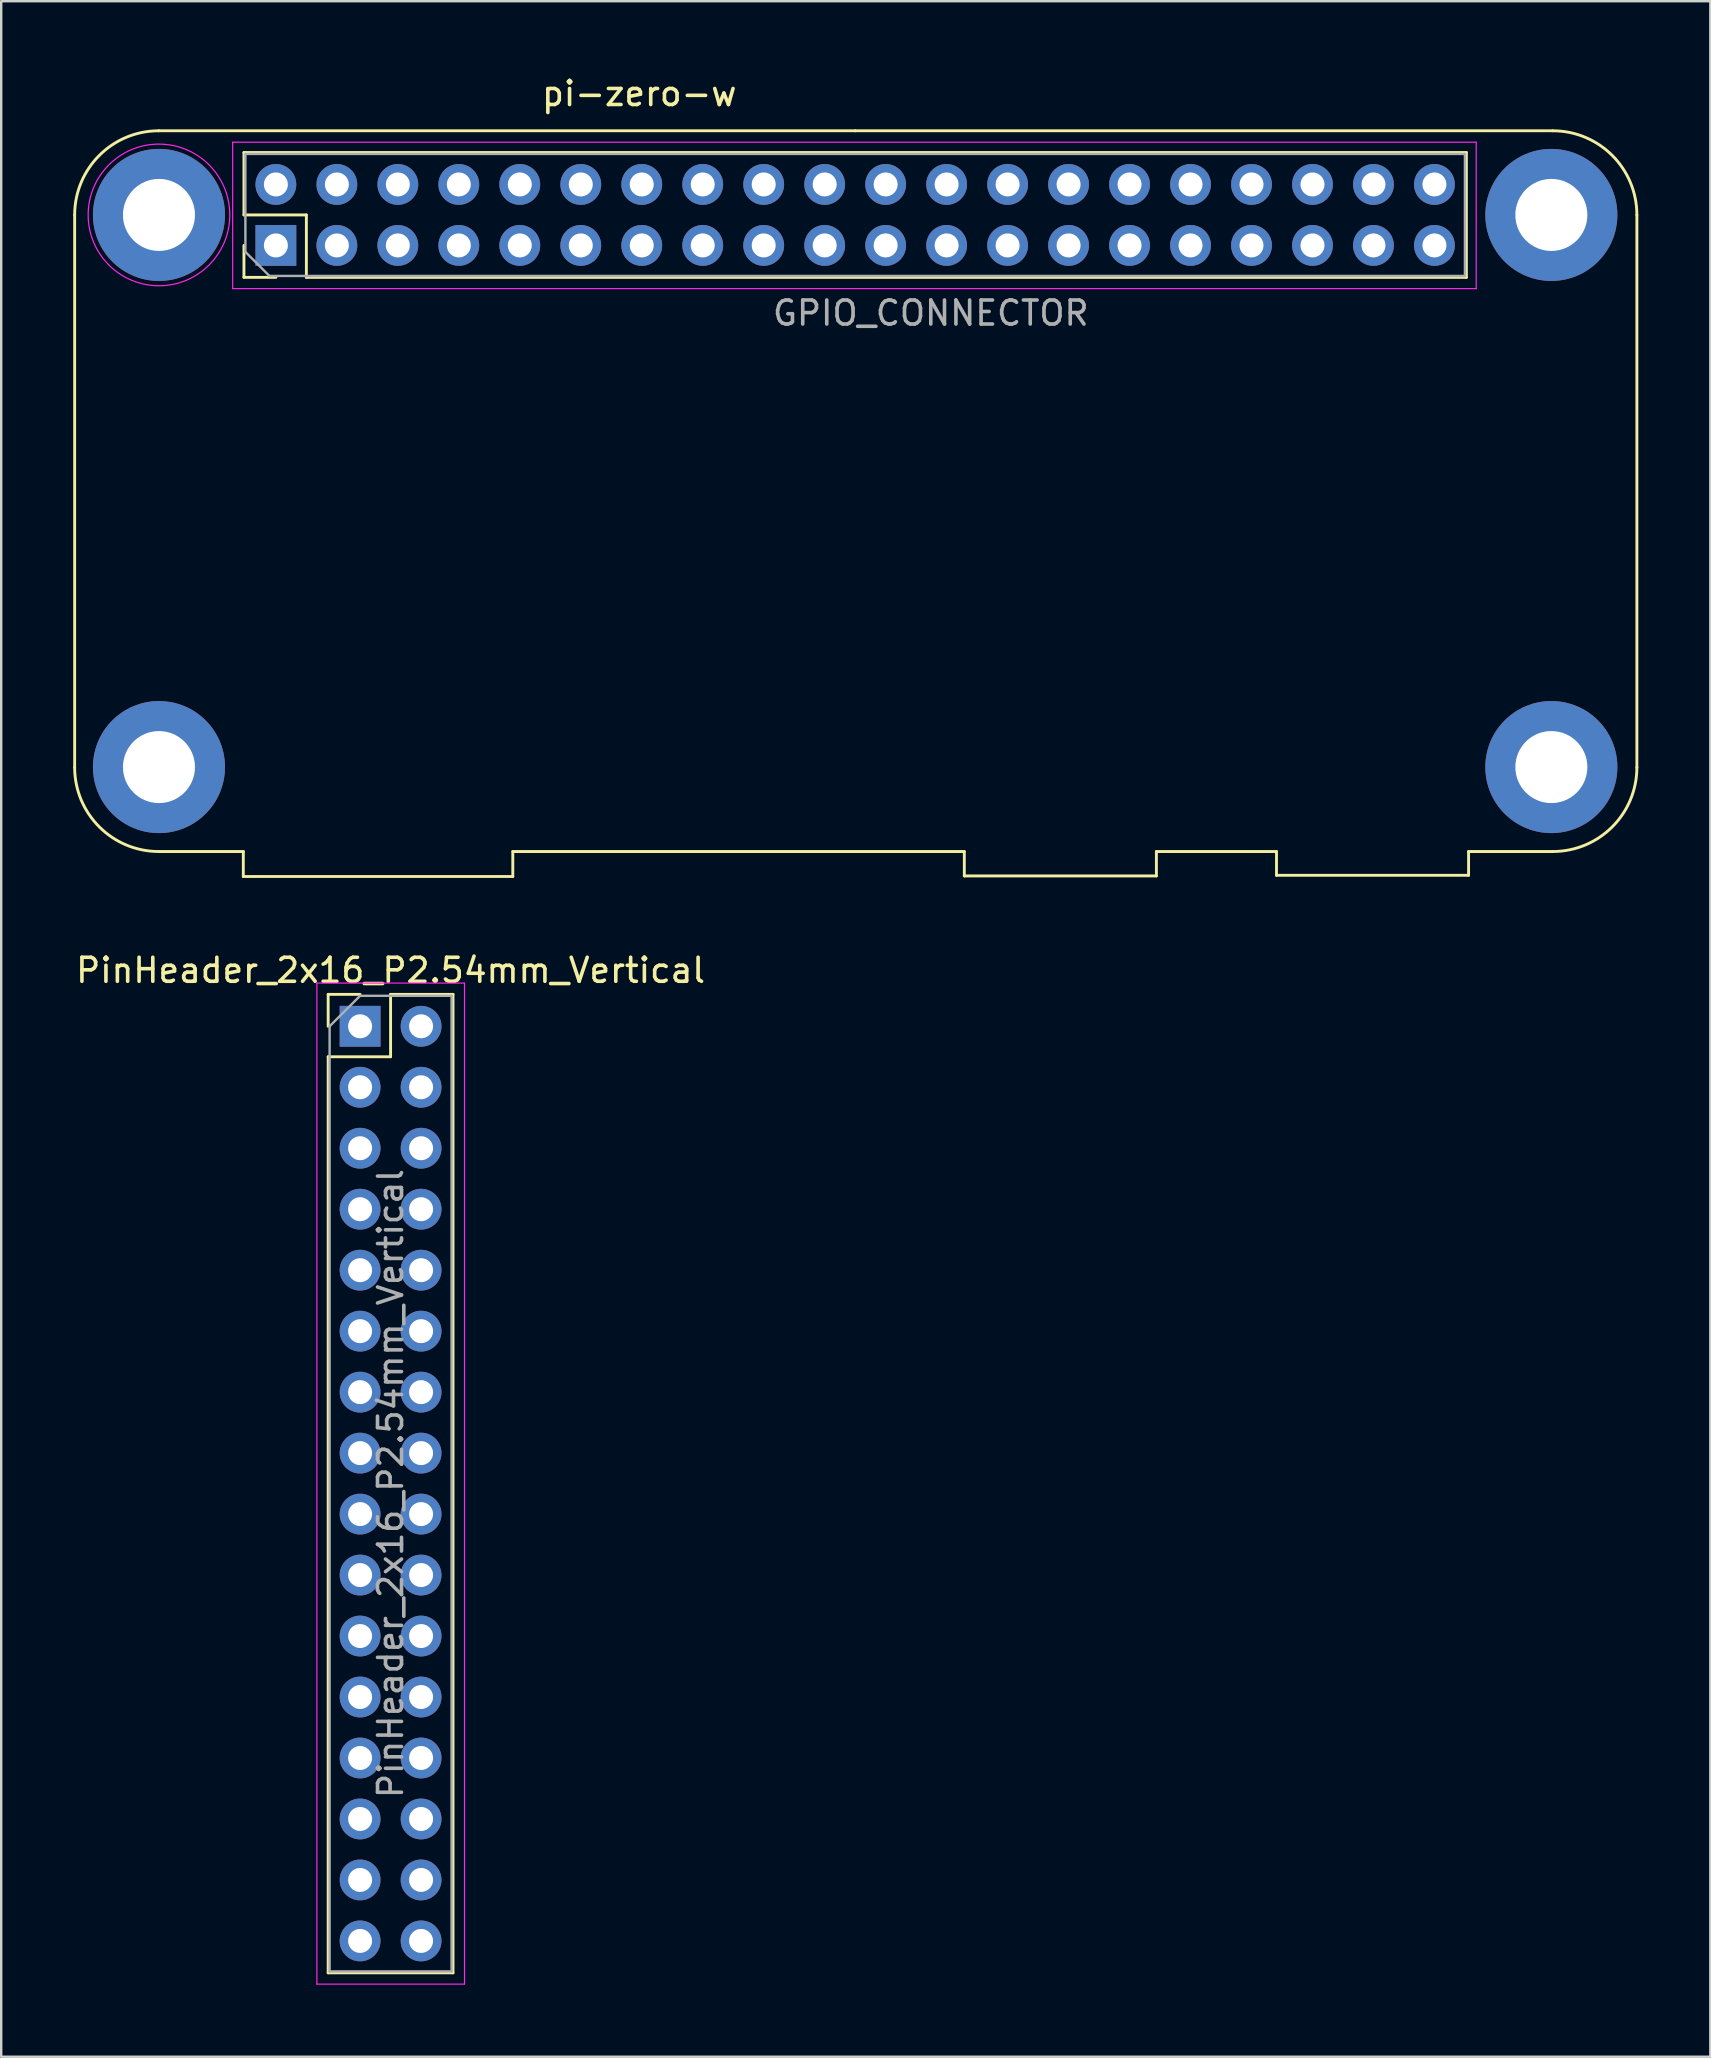
<source format=kicad_pcb>
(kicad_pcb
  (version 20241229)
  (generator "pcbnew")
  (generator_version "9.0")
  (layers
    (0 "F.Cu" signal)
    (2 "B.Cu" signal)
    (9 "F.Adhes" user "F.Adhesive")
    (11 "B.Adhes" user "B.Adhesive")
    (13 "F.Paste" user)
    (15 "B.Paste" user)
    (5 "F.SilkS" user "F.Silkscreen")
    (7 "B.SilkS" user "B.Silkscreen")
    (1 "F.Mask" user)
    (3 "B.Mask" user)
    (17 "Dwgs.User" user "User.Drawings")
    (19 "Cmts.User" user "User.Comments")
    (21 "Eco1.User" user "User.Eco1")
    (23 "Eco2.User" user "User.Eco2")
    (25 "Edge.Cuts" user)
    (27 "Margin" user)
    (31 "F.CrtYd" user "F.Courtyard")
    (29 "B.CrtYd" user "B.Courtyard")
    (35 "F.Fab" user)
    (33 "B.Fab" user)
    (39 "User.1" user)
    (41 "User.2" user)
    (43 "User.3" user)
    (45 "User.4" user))
  (footprint "PinHeader_2x16_P2.54mm_Vertical"
    (layer "F.Cu")
    (at 11.95 39.7)
    (property "Reference" "PinHeader_2x16_P2.54mm_Vertical" (at 1.27 -2.33 0) (layer "F.SilkS") (effects (font (size 1 1) (thickness 0.15))))
    (attr through_hole)
    (fp_line (start -1.33 -1.33) (end 0 -1.33) (stroke (width 0.12) (type solid)) (layer "F.SilkS"))
    (fp_line (start -1.33 0) (end -1.33 -1.33) (stroke (width 0.12) (type solid)) (layer "F.SilkS"))
    (fp_line (start -1.33 1.27) (end -1.33 39.43) (stroke (width 0.12) (type solid)) (layer "F.SilkS"))
    (fp_line (start -1.33 1.27) (end 1.27 1.27) (stroke (width 0.12) (type solid)) (layer "F.SilkS"))
    (fp_line (start -1.33 39.43) (end 3.87 39.43) (stroke (width 0.12) (type solid)) (layer "F.SilkS"))
    (fp_line (start 1.27 -1.33) (end 3.87 -1.33) (stroke (width 0.12) (type solid)) (layer "F.SilkS"))
    (fp_line (start 1.27 1.27) (end 1.27 -1.33) (stroke (width 0.12) (type solid)) (layer "F.SilkS"))
    (fp_line (start 3.87 -1.33) (end 3.87 39.43) (stroke (width 0.12) (type solid)) (layer "F.SilkS"))
    (fp_line (start -1.8 -1.8) (end -1.8 39.9) (stroke (width 0.05) (type solid)) (layer "F.CrtYd"))
    (fp_line (start -1.8 39.9) (end 4.35 39.9) (stroke (width 0.05) (type solid)) (layer "F.CrtYd"))
    (fp_line (start 4.35 -1.8) (end -1.8 -1.8) (stroke (width 0.05) (type solid)) (layer "F.CrtYd"))
    (fp_line (start 4.35 39.9) (end 4.35 -1.8) (stroke (width 0.05) (type solid)) (layer "F.CrtYd"))
    (fp_line (start -1.27 0) (end 0 -1.27) (stroke (width 0.1) (type solid)) (layer "F.Fab"))
    (fp_line (start -1.27 39.37) (end -1.27 0) (stroke (width 0.1) (type solid)) (layer "F.Fab"))
    (fp_line (start 0 -1.27) (end 3.81 -1.27) (stroke (width 0.1) (type solid)) (layer "F.Fab"))
    (fp_line (start 3.81 -1.27) (end 3.81 39.37) (stroke (width 0.1) (type solid)) (layer "F.Fab"))
    (fp_line (start 3.81 39.37) (end -1.27 39.37) (stroke (width 0.1) (type solid)) (layer "F.Fab"))
    (fp_text user "${REFERENCE}" (at 1.27 19.05 90) (layer "F.Fab") (effects (font (size 1 1) (thickness 0.15))))
    (pad "1" thru_hole rect (at 0 0) (size 1.7 1.7) (drill 1) (layers "*.Cu" "*.Mask"))
    (pad "2" thru_hole oval (at 2.54 0) (size 1.7 1.7) (drill 1) (layers "*.Cu" "*.Mask"))
    (pad "3" thru_hole oval (at 0 2.54) (size 1.7 1.7) (drill 1) (layers "*.Cu" "*.Mask"))
    (pad "4" thru_hole oval (at 2.54 2.54) (size 1.7 1.7) (drill 1) (layers "*.Cu" "*.Mask"))
    (pad "5" thru_hole oval (at 0 5.08) (size 1.7 1.7) (drill 1) (layers "*.Cu" "*.Mask"))
    (pad "6" thru_hole oval (at 2.54 5.08) (size 1.7 1.7) (drill 1) (layers "*.Cu" "*.Mask"))
    (pad "7" thru_hole oval (at 0 7.62) (size 1.7 1.7) (drill 1) (layers "*.Cu" "*.Mask"))
    (pad "8" thru_hole oval (at 2.54 7.62) (size 1.7 1.7) (drill 1) (layers "*.Cu" "*.Mask"))
    (pad "9" thru_hole oval (at 0 10.16) (size 1.7 1.7) (drill 1) (layers "*.Cu" "*.Mask"))
    (pad "10" thru_hole oval (at 2.54 10.16) (size 1.7 1.7) (drill 1) (layers "*.Cu" "*.Mask"))
    (pad "11" thru_hole oval (at 0 12.7) (size 1.7 1.7) (drill 1) (layers "*.Cu" "*.Mask"))
    (pad "12" thru_hole oval (at 2.54 12.7) (size 1.7 1.7) (drill 1) (layers "*.Cu" "*.Mask"))
    (pad "13" thru_hole oval (at 0 15.24) (size 1.7 1.7) (drill 1) (layers "*.Cu" "*.Mask"))
    (pad "14" thru_hole oval (at 2.54 15.24) (size 1.7 1.7) (drill 1) (layers "*.Cu" "*.Mask"))
    (pad "15" thru_hole oval (at 0 17.78) (size 1.7 1.7) (drill 1) (layers "*.Cu" "*.Mask"))
    (pad "16" thru_hole oval (at 2.54 17.78) (size 1.7 1.7) (drill 1) (layers "*.Cu" "*.Mask"))
    (pad "17" thru_hole oval (at 0 20.32) (size 1.7 1.7) (drill 1) (layers "*.Cu" "*.Mask"))
    (pad "18" thru_hole oval (at 2.54 20.32) (size 1.7 1.7) (drill 1) (layers "*.Cu" "*.Mask"))
    (pad "19" thru_hole oval (at 0 22.86) (size 1.7 1.7) (drill 1) (layers "*.Cu" "*.Mask"))
    (pad "20" thru_hole oval (at 2.54 22.86) (size 1.7 1.7) (drill 1) (layers "*.Cu" "*.Mask"))
    (pad "21" thru_hole oval (at 0 25.4) (size 1.7 1.7) (drill 1) (layers "*.Cu" "*.Mask"))
    (pad "22" thru_hole oval (at 2.54 25.4) (size 1.7 1.7) (drill 1) (layers "*.Cu" "*.Mask"))
    (pad "23" thru_hole oval (at 0 27.94) (size 1.7 1.7) (drill 1) (layers "*.Cu" "*.Mask"))
    (pad "24" thru_hole oval (at 2.54 27.94) (size 1.7 1.7) (drill 1) (layers "*.Cu" "*.Mask"))
    (pad "25" thru_hole oval (at 0 30.48) (size 1.7 1.7) (drill 1) (layers "*.Cu" "*.Mask"))
    (pad "26" thru_hole oval (at 2.54 30.48) (size 1.7 1.7) (drill 1) (layers "*.Cu" "*.Mask"))
    (pad "27" thru_hole oval (at 0 33.02) (size 1.7 1.7) (drill 1) (layers "*.Cu" "*.Mask"))
    (pad "28" thru_hole oval (at 2.54 33.02) (size 1.7 1.7) (drill 1) (layers "*.Cu" "*.Mask"))
    (pad "29" thru_hole oval (at 0 35.56) (size 1.7 1.7) (drill 1) (layers "*.Cu" "*.Mask"))
    (pad "30" thru_hole oval (at 2.54 35.56) (size 1.7 1.7) (drill 1) (layers "*.Cu" "*.Mask"))
    (pad "31" thru_hole oval (at 0 38.1) (size 1.7 1.7) (drill 1) (layers "*.Cu" "*.Mask"))
    (pad "32" thru_hole oval (at 2.54 38.1) (size 1.7 1.7) (drill 1) (layers "*.Cu" "*.Mask")))
  (footprint "pi-zero-w"
    (layer "F.Cu")
    (at 8.442 4.633)
    (property "Reference" "pi-zero-w" (at 15.138 -3.785 0) (layer "F.SilkS") (effects (font (size 1 1) (thickness 0.15))))
    (attr through_hole)
    (fp_line (start -8.382 1.27) (end -8.382 24.282) (stroke (width 0.12) (type solid)) (layer "F.SilkS"))
    (fp_line (start -4.877 27.788) (end -1.357 27.788) (stroke (width 0.12) (type solid)) (layer "F.SilkS"))
    (fp_line (start -1.357 28.829) (end -1.357 27.788) (stroke (width 0.12) (type solid)) (layer "F.SilkS"))
    (fp_line (start -1.33 -1.33) (end -1.33 1.27) (stroke (width 0.12) (type solid)) (layer "F.SilkS"))
    (fp_line (start -1.33 -1.33) (end 49.59 -1.33) (stroke (width 0.12) (type solid)) (layer "F.SilkS"))
    (fp_line (start -1.33 1.27) (end 1.27 1.27) (stroke (width 0.12) (type solid)) (layer "F.SilkS"))
    (fp_line (start -1.33 2.54) (end -1.33 3.87) (stroke (width 0.12) (type solid)) (layer "F.SilkS"))
    (fp_line (start -1.33 3.87) (end 0 3.87) (stroke (width 0.12) (type solid)) (layer "F.SilkS"))
    (fp_line (start 1.27 1.27) (end 1.27 3.87) (stroke (width 0.12) (type solid)) (layer "F.SilkS"))
    (fp_line (start 1.27 3.87) (end 49.59 3.87) (stroke (width 0.12) (type solid)) (layer "F.SilkS"))
    (fp_line (start 9.869 27.788) (end 9.869 28.829) (stroke (width 0.12) (type solid)) (layer "F.SilkS"))
    (fp_line (start 9.869 28.829) (end -1.357 28.829) (stroke (width 0.12) (type solid)) (layer "F.SilkS"))
    (fp_line (start 24.13 -2.235) (end -4.877 -2.235) (stroke (width 0.12) (type solid)) (layer "F.SilkS"))
    (fp_line (start 28.677 27.788) (end 9.869 27.788) (stroke (width 0.12) (type solid)) (layer "F.SilkS"))
    (fp_line (start 28.677 28.804) (end 28.677 27.788) (stroke (width 0.12) (type solid)) (layer "F.SilkS"))
    (fp_line (start 36.678 27.788) (end 36.678 28.804) (stroke (width 0.12) (type solid)) (layer "F.SilkS"))
    (fp_line (start 36.678 28.804) (end 28.677 28.804) (stroke (width 0.12) (type solid)) (layer "F.SilkS"))
    (fp_line (start 41.681 27.788) (end 36.678 27.788) (stroke (width 0.12) (type solid)) (layer "F.SilkS"))
    (fp_line (start 41.681 28.778) (end 41.681 27.788) (stroke (width 0.12) (type solid)) (layer "F.SilkS"))
    (fp_line (start 49.59 -1.33) (end 49.59 3.87) (stroke (width 0.12) (type solid)) (layer "F.SilkS"))
    (fp_line (start 49.682 27.788) (end 49.682 28.778) (stroke (width 0.12) (type solid)) (layer "F.SilkS"))
    (fp_line (start 49.682 28.778) (end 41.681 28.778) (stroke (width 0.12) (type solid)) (layer "F.SilkS"))
    (fp_line (start 53.188 -2.235) (end 24.13 -2.235) (stroke (width 0.12) (type solid)) (layer "F.SilkS"))
    (fp_line (start 53.188 27.788) (end 49.682 27.788) (stroke (width 0.12) (type solid)) (layer "F.SilkS"))
    (fp_line (start 56.693 24.282) (end 56.693 1.27) (stroke (width 0.12) (type solid)) (layer "F.SilkS"))
    (fp_arc (start -8.382 1.27) (mid -7.355351 -1.208551) (end -4.8768 -2.2352) (stroke (width 0.12) (type solid)) (layer "F.SilkS"))
    (fp_arc (start -4.8768 27.7876) (mid -7.355351 26.760951) (end -8.382 24.2824) (stroke (width 0.12) (type solid)) (layer "F.SilkS"))
    (fp_arc (start 53.1876 -2.2352) (mid 55.666151 -1.208551) (end 56.6928 1.27) (stroke (width 0.12) (type solid)) (layer "F.SilkS"))
    (fp_arc (start 56.6928 24.2824) (mid 55.666151 26.760951) (end 53.1876 27.7876) (stroke (width 0.12) (type solid)) (layer "F.SilkS"))
    (fp_line (start -1.8 -1.76) (end 50 -1.76) (stroke (width 0.05) (type solid)) (layer "F.CrtYd"))
    (fp_line (start -1.8 4.34) (end -1.8 -1.76) (stroke (width 0.05) (type solid)) (layer "F.CrtYd"))
    (fp_line (start 50 -1.76) (end 50 4.34) (stroke (width 0.05) (type solid)) (layer "F.CrtYd"))
    (fp_line (start 50 4.34) (end -1.8 4.34) (stroke (width 0.05) (type solid)) (layer "F.CrtYd"))
    (fp_circle (center -4.87 1.27) (end -1.92 1.27) (stroke (width 0.05) (type solid)) (fill no) (layer "F.CrtYd"))
    (fp_line (start -1.27 -1.27) (end -1.27 2.81) (stroke (width 0.1) (type solid)) (layer "F.Fab"))
    (fp_line (start -1.27 2.81) (end -0.27 3.81) (stroke (width 0.1) (type solid)) (layer "F.Fab"))
    (fp_line (start -0.27 3.81) (end 49.53 3.81) (stroke (width 0.1) (type solid)) (layer "F.Fab"))
    (fp_line (start 49.53 -1.27) (end -1.27 -1.27) (stroke (width 0.1) (type solid)) (layer "F.Fab"))
    (fp_line (start 49.53 3.81) (end 49.53 -1.27) (stroke (width 0.1) (type solid)) (layer "F.Fab"))
    (fp_text user "GPIO_CONNECTOR" (at 27.28 5.359 0) (layer "F.Fab") (effects (font (size 1 1) (thickness 0.15))))
    (pad "" np_thru_hole circle (at -4.87 1.27) (size 5.5 5.5) (drill 3) (layers "*.Cu" "*.Mask"))
    (pad "" np_thru_hole circle (at -4.87 24.27) (size 5.5 5.5) (drill 3) (layers "*.Cu" "*.Mask"))
    (pad "" np_thru_hole circle (at 53.13 1.27) (size 5.5 5.5) (drill 3) (layers "*.Cu" "*.Mask"))
    (pad "" np_thru_hole circle (at 53.13 24.27) (size 5.5 5.5) (drill 3) (layers "*.Cu" "*.Mask"))
    (pad "1" thru_hole rect (at 0 2.54 90) (size 1.7 1.7) (drill 1) (layers "*.Cu" "*.Mask"))
    (pad "2" thru_hole oval (at 0 0 90) (size 1.7 1.7) (drill 1) (layers "*.Cu" "*.Mask"))
    (pad "3" thru_hole oval (at 2.54 2.54 90) (size 1.7 1.7) (drill 1) (layers "*.Cu" "*.Mask"))
    (pad "4" thru_hole oval (at 2.54 0 90) (size 1.7 1.7) (drill 1) (layers "*.Cu" "*.Mask"))
    (pad "5" thru_hole oval (at 5.08 2.54 90) (size 1.7 1.7) (drill 1) (layers "*.Cu" "*.Mask"))
    (pad "6" thru_hole oval (at 5.08 0 90) (size 1.7 1.7) (drill 1) (layers "*.Cu" "*.Mask"))
    (pad "7" thru_hole oval (at 7.62 2.54 90) (size 1.7 1.7) (drill 1) (layers "*.Cu" "*.Mask"))
    (pad "8" thru_hole oval (at 7.62 0 90) (size 1.7 1.7) (drill 1) (layers "*.Cu" "*.Mask"))
    (pad "9" thru_hole oval (at 10.16 2.54 90) (size 1.7 1.7) (drill 1) (layers "*.Cu" "*.Mask"))
    (pad "10" thru_hole oval (at 10.16 0 90) (size 1.7 1.7) (drill 1) (layers "*.Cu" "*.Mask"))
    (pad "11" thru_hole oval (at 12.7 2.54 90) (size 1.7 1.7) (drill 1) (layers "*.Cu" "*.Mask"))
    (pad "12" thru_hole oval (at 12.7 0 90) (size 1.7 1.7) (drill 1) (layers "*.Cu" "*.Mask"))
    (pad "13" thru_hole oval (at 15.24 2.54 90) (size 1.7 1.7) (drill 1) (layers "*.Cu" "*.Mask"))
    (pad "14" thru_hole oval (at 15.24 0 90) (size 1.7 1.7) (drill 1) (layers "*.Cu" "*.Mask"))
    (pad "15" thru_hole oval (at 17.78 2.54 90) (size 1.7 1.7) (drill 1) (layers "*.Cu" "*.Mask"))
    (pad "16" thru_hole oval (at 17.78 0 90) (size 1.7 1.7) (drill 1) (layers "*.Cu" "*.Mask"))
    (pad "17" thru_hole oval (at 20.32 2.54 90) (size 1.7 1.7) (drill 1) (layers "*.Cu" "*.Mask"))
    (pad "18" thru_hole oval (at 20.32 0 90) (size 1.7 1.7) (drill 1) (layers "*.Cu" "*.Mask"))
    (pad "19" thru_hole oval (at 22.86 2.54 90) (size 1.7 1.7) (drill 1) (layers "*.Cu" "*.Mask"))
    (pad "20" thru_hole oval (at 22.86 0 90) (size 1.7 1.7) (drill 1) (layers "*.Cu" "*.Mask"))
    (pad "21" thru_hole oval (at 25.4 2.54 90) (size 1.7 1.7) (drill 1) (layers "*.Cu" "*.Mask"))
    (pad "22" thru_hole oval (at 25.4 0 90) (size 1.7 1.7) (drill 1) (layers "*.Cu" "*.Mask"))
    (pad "23" thru_hole oval (at 27.94 2.54 90) (size 1.7 1.7) (drill 1) (layers "*.Cu" "*.Mask"))
    (pad "24" thru_hole oval (at 27.94 0 90) (size 1.7 1.7) (drill 1) (layers "*.Cu" "*.Mask"))
    (pad "25" thru_hole oval (at 30.48 2.54 90) (size 1.7 1.7) (drill 1) (layers "*.Cu" "*.Mask"))
    (pad "26" thru_hole oval (at 30.48 0 90) (size 1.7 1.7) (drill 1) (layers "*.Cu" "*.Mask"))
    (pad "27" thru_hole oval (at 33.02 2.54 90) (size 1.7 1.7) (drill 1) (layers "*.Cu" "*.Mask"))
    (pad "28" thru_hole oval (at 33.02 0 90) (size 1.7 1.7) (drill 1) (layers "*.Cu" "*.Mask"))
    (pad "29" thru_hole oval (at 35.56 2.54 90) (size 1.7 1.7) (drill 1) (layers "*.Cu" "*.Mask"))
    (pad "30" thru_hole oval (at 35.56 0 90) (size 1.7 1.7) (drill 1) (layers "*.Cu" "*.Mask"))
    (pad "31" thru_hole oval (at 38.1 2.54 90) (size 1.7 1.7) (drill 1) (layers "*.Cu" "*.Mask"))
    (pad "32" thru_hole oval (at 38.1 0 90) (size 1.7 1.7) (drill 1) (layers "*.Cu" "*.Mask"))
    (pad "33" thru_hole oval (at 40.64 2.54 90) (size 1.7 1.7) (drill 1) (layers "*.Cu" "*.Mask"))
    (pad "34" thru_hole oval (at 40.64 0 90) (size 1.7 1.7) (drill 1) (layers "*.Cu" "*.Mask"))
    (pad "35" thru_hole oval (at 43.18 2.54 90) (size 1.7 1.7) (drill 1) (layers "*.Cu" "*.Mask"))
    (pad "36" thru_hole oval (at 43.18 0 90) (size 1.7 1.7) (drill 1) (layers "*.Cu" "*.Mask"))
    (pad "37" thru_hole oval (at 45.72 2.54 90) (size 1.7 1.7) (drill 1) (layers "*.Cu" "*.Mask"))
    (pad "38" thru_hole oval (at 45.72 0 90) (size 1.7 1.7) (drill 1) (layers "*.Cu" "*.Mask"))
    (pad "39" thru_hole oval (at 48.26 2.54 90) (size 1.7 1.7) (drill 1) (layers "*.Cu" "*.Mask"))
    (pad "40" thru_hole oval (at 48.26 0 90) (size 1.7 1.7) (drill 1) (layers "*.Cu" "*.Mask")))
  (gr_rect
    (start -3 -3)
    (end 68.195 82.625)
    (stroke (width 0.1) (type default))
    (fill no)
    (layer "Edge.Cuts")))
</source>
